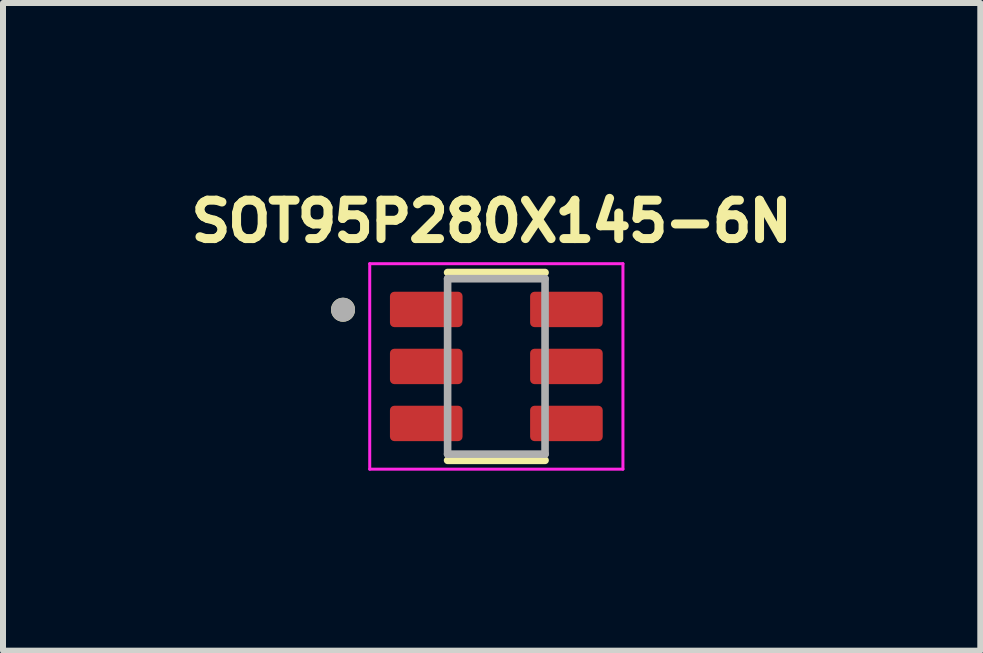
<source format=kicad_pcb>
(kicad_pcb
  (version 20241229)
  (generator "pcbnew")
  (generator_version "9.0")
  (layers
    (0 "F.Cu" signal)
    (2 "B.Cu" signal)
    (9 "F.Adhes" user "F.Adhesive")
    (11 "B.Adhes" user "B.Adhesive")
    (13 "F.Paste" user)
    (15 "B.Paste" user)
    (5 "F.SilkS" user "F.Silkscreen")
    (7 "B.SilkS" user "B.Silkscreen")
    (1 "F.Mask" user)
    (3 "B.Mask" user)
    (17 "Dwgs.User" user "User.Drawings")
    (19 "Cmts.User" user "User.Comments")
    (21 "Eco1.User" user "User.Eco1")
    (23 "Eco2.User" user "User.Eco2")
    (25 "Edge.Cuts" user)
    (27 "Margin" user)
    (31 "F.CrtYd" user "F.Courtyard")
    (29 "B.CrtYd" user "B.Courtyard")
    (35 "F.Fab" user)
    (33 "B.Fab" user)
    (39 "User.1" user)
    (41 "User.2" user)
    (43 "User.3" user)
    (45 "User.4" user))
  (footprint "SOT95P280X145-6N"
    (layer "F.Cu")
    (at 5.222 3.057)
    (property "Reference" "SOT95P280X145-6N" (at -0.078 -2.419 0) (layer "F.SilkS") (effects (font (size 0.64 0.64) (thickness 0.15))))
    (attr smd)
    (fp_line (start 0.812 -1.565) (end -0.812 -1.565) (stroke (width 0.127) (type solid)) (layer "F.SilkS"))
    (fp_line (start 0.812 1.565) (end -0.812 1.565) (stroke (width 0.127) (type solid)) (layer "F.SilkS"))
    (fp_circle (center -2.555 -0.945) (end -2.455 -0.945) (stroke (width 0.2) (type solid)) (fill no) (layer "F.SilkS"))
    (fp_line (start -2.11 -1.712) (end -2.11 1.712) (stroke (width 0.05) (type solid)) (layer "F.CrtYd"))
    (fp_line (start -2.11 1.712) (end 2.11 1.712) (stroke (width 0.05) (type solid)) (layer "F.CrtYd"))
    (fp_line (start 2.11 -1.712) (end -2.11 -1.712) (stroke (width 0.05) (type solid)) (layer "F.CrtYd"))
    (fp_line (start 2.11 1.712) (end 2.11 -1.712) (stroke (width 0.05) (type solid)) (layer "F.CrtYd"))
    (fp_line (start -0.812 -1.462) (end 0.812 -1.462) (stroke (width 0.127) (type solid)) (layer "F.Fab"))
    (fp_line (start -0.812 1.462) (end -0.812 -1.462) (stroke (width 0.127) (type solid)) (layer "F.Fab"))
    (fp_line (start 0.812 -1.462) (end 0.812 1.462) (stroke (width 0.127) (type solid)) (layer "F.Fab"))
    (fp_line (start 0.812 1.462) (end -0.812 1.462) (stroke (width 0.127) (type solid)) (layer "F.Fab"))
    (fp_circle (center -2.555 -0.945) (end -2.455 -0.945) (stroke (width 0.2) (type solid)) (fill no) (layer "F.Fab"))
    (pad "1" smd roundrect (at -1.168 -0.95) (size 1.21 0.59) (layers "F.Cu" "F.Mask" "F.Paste") (roundrect_rratio 0.125))
    (pad "2" smd roundrect (at -1.168 0) (size 1.21 0.59) (layers "F.Cu" "F.Mask" "F.Paste") (roundrect_rratio 0.125))
    (pad "3" smd roundrect (at -1.168 0.95) (size 1.21 0.59) (layers "F.Cu" "F.Mask" "F.Paste") (roundrect_rratio 0.125))
    (pad "4" smd roundrect (at 1.168 0.95) (size 1.21 0.59) (layers "F.Cu" "F.Mask" "F.Paste") (roundrect_rratio 0.125))
    (pad "5" smd roundrect (at 1.168 0) (size 1.21 0.59) (layers "F.Cu" "F.Mask" "F.Paste") (roundrect_rratio 0.125))
    (pad "6" smd roundrect (at 1.168 -0.95) (size 1.21 0.59) (layers "F.Cu" "F.Mask" "F.Paste") (roundrect_rratio 0.125)))
  (gr_rect
    (start -3 -3)
    (end 13.288 7.794)
    (stroke (width 0.1) (type default))
    (fill no)
    (layer "Edge.Cuts")))
</source>
